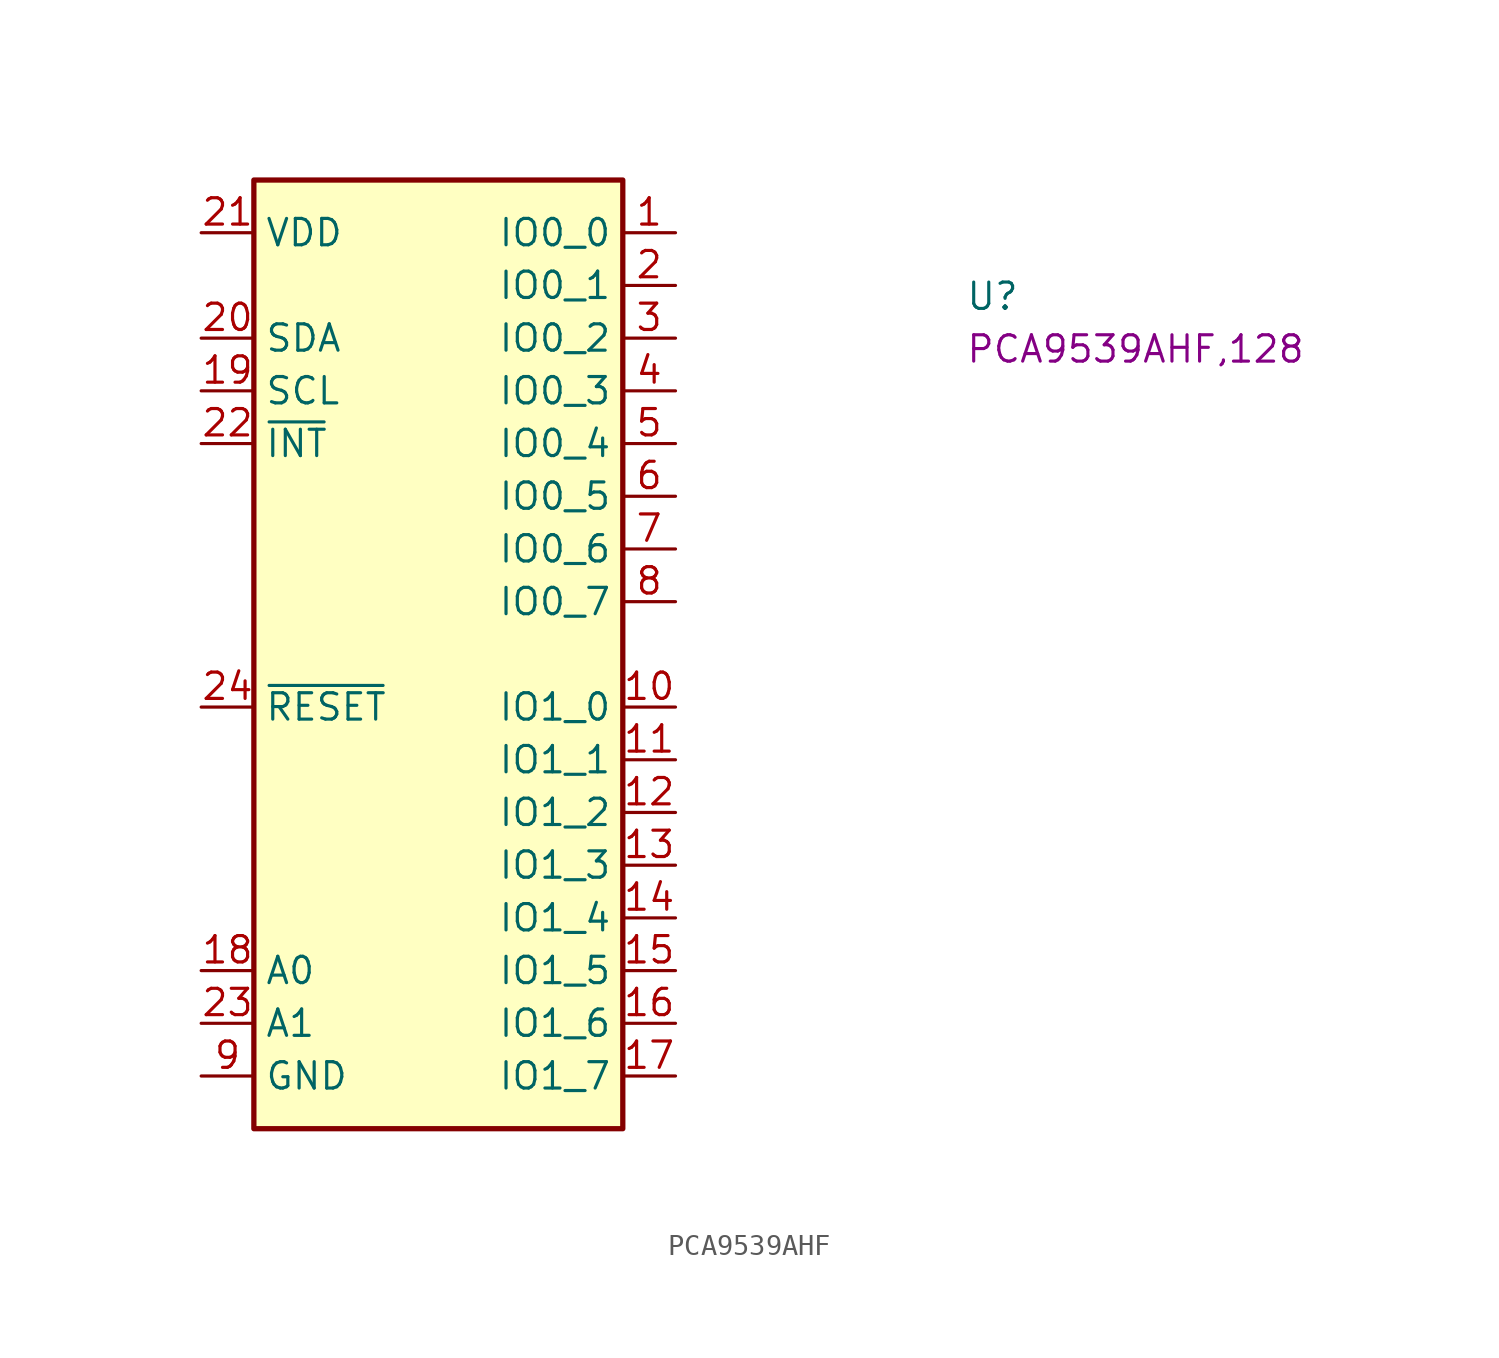
<source format=kicad_sym>
(kicad_symbol_lib
  (version 20220914)
  (generator kicad_symbol_editor)
  (symbol "PCA9539AHF"
    (property "Reference" "U"
      (at 36.83 -3.81 0)
      (effects (font (size 1.27 1.27) (thickness 0.15)) (justify left bottom)))
    (property "MPN" "PCA9539AHF,128"
      (at 36.83 -6.35 0)
      (effects (font (size 1.27 1.27) (thickness 0.15)) (justify left bottom)))
    (symbol "PCA9539AHF_1_1"
      (rectangle (start 2.54 2.54) (end 20.32 -43.18) (stroke (width 0.254) (type default)) (fill (type background)))
      (pin bidirectional line (at 22.86 0 180) (length 2.54) (name "IO0_0" (effects (font (size 1.27 1.27)))) (number "1" (effects (font (size 1.27 1.27)))))
      (pin bidirectional line (at 22.86 -22.86 180) (length 2.54) (name "IO1_0" (effects (font (size 1.27 1.27)))) (number "10" (effects (font (size 1.27 1.27)))))
      (pin bidirectional line (at 22.86 -25.4 180) (length 2.54) (name "IO1_1" (effects (font (size 1.27 1.27)))) (number "11" (effects (font (size 1.27 1.27)))))
      (pin bidirectional line (at 22.86 -27.94 180) (length 2.54) (name "IO1_2" (effects (font (size 1.27 1.27)))) (number "12" (effects (font (size 1.27 1.27)))))
      (pin bidirectional line (at 22.86 -30.48 180) (length 2.54) (name "IO1_3" (effects (font (size 1.27 1.27)))) (number "13" (effects (font (size 1.27 1.27)))))
      (pin bidirectional line (at 22.86 -33.02 180) (length 2.54) (name "IO1_4" (effects (font (size 1.27 1.27)))) (number "14" (effects (font (size 1.27 1.27)))))
      (pin bidirectional line (at 22.86 -35.56 180) (length 2.54) (name "IO1_5" (effects (font (size 1.27 1.27)))) (number "15" (effects (font (size 1.27 1.27)))))
      (pin bidirectional line (at 22.86 -38.1 180) (length 2.54) (name "IO1_6" (effects (font (size 1.27 1.27)))) (number "16" (effects (font (size 1.27 1.27)))))
      (pin bidirectional line (at 22.86 -40.64 180) (length 2.54) (name "IO1_7" (effects (font (size 1.27 1.27)))) (number "17" (effects (font (size 1.27 1.27)))))
      (pin input line (at 0 -35.56 0) (length 2.54) (name "A0" (effects (font (size 1.27 1.27)))) (number "18" (effects (font (size 1.27 1.27)))))
      (pin input line (at 0 -7.62 0) (length 2.54) (name "SCL" (effects (font (size 1.27 1.27)))) (number "19" (effects (font (size 1.27 1.27)))))
      (pin bidirectional line (at 22.86 -2.54 180) (length 2.54) (name "IO0_1" (effects (font (size 1.27 1.27)))) (number "2" (effects (font (size 1.27 1.27)))))
      (pin bidirectional line (at 0 -5.08 0) (length 2.54) (name "SDA" (effects (font (size 1.27 1.27)))) (number "20" (effects (font (size 1.27 1.27)))))
      (pin power_in line (at 0 0 0) (length 2.54) (name "VDD" (effects (font (size 1.27 1.27)))) (number "21" (effects (font (size 1.27 1.27)))))
      (pin output line (at 0 -10.16 0) (length 2.54) (name "~{INT}" (effects (font (size 1.27 1.27)))) (number "22" (effects (font (size 1.27 1.27)))))
      (pin input line (at 0 -38.1 0) (length 2.54) (name "A1" (effects (font (size 1.27 1.27)))) (number "23" (effects (font (size 1.27 1.27)))))
      (pin input line (at 0 -22.86 0) (length 2.54) (name "~{RESET}" (effects (font (size 1.27 1.27)))) (number "24" (effects (font (size 1.27 1.27)))))
      (pin passive line (at 0 -40.64 0) (length 2.54) hide (name "GND" (effects (font (size 1.27 1.27)))) (number "25" (effects (font (size 1.27 1.27)))))
      (pin bidirectional line (at 22.86 -5.08 180) (length 2.54) (name "IO0_2" (effects (font (size 1.27 1.27)))) (number "3" (effects (font (size 1.27 1.27)))))
      (pin bidirectional line (at 22.86 -7.62 180) (length 2.54) (name "IO0_3" (effects (font (size 1.27 1.27)))) (number "4" (effects (font (size 1.27 1.27)))))
      (pin bidirectional line (at 22.86 -10.16 180) (length 2.54) (name "IO0_4" (effects (font (size 1.27 1.27)))) (number "5" (effects (font (size 1.27 1.27)))))
      (pin bidirectional line (at 22.86 -12.7 180) (length 2.54) (name "IO0_5" (effects (font (size 1.27 1.27)))) (number "6" (effects (font (size 1.27 1.27)))))
      (pin bidirectional line (at 22.86 -15.24 180) (length 2.54) (name "IO0_6" (effects (font (size 1.27 1.27)))) (number "7" (effects (font (size 1.27 1.27)))))
      (pin bidirectional line (at 22.86 -17.78 180) (length 2.54) (name "IO0_7" (effects (font (size 1.27 1.27)))) (number "8" (effects (font (size 1.27 1.27)))))
      (pin power_in line (at 0 -40.64 0) (length 2.54) (name "GND" (effects (font (size 1.27 1.27)))) (number "9" (effects (font (size 1.27 1.27))))))))
</source>
